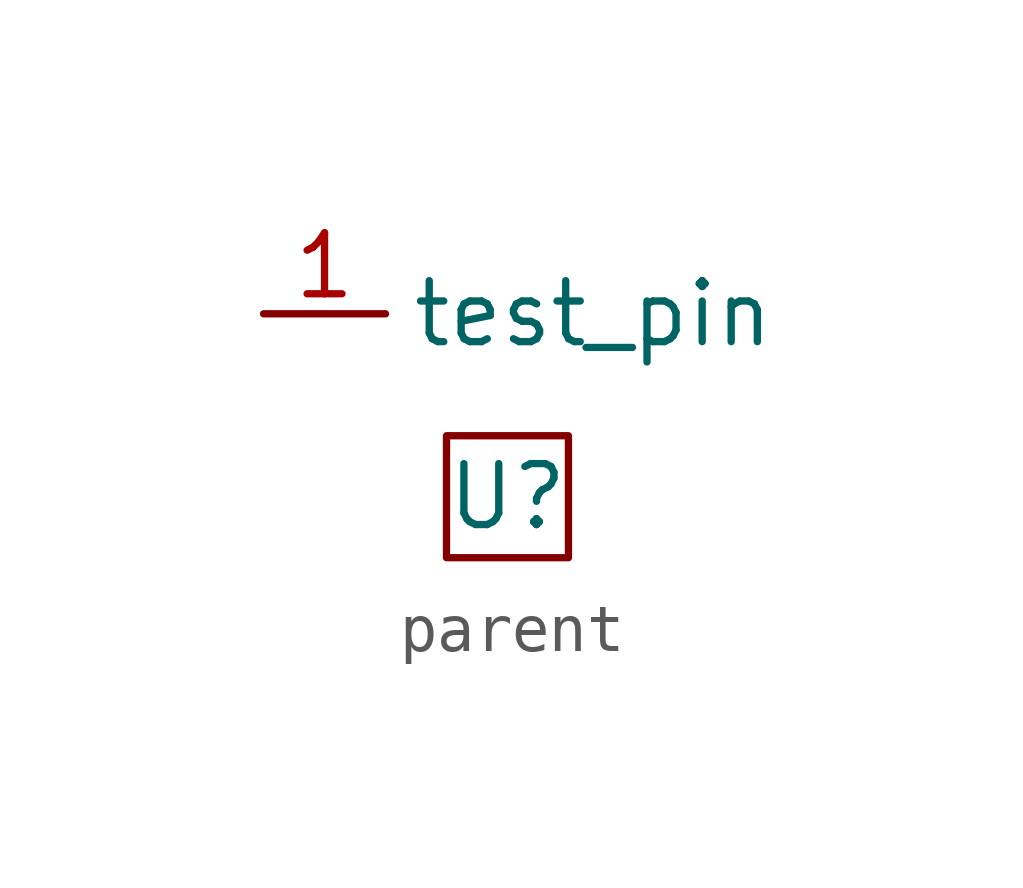
<source format=kicad_sym>
(kicad_symbol_lib
  (version 20231120)
  (generator "kicad_symbol_editor")
  (generator_version "8.0")
  (symbol "parent"
    (property "Reference" "U"
      (at 0 0 0)
      (effects (font (size 1.27 1.27))))
    (property "Value" ""
      (at 0 0 0)
      (effects (font (size 1.27 1.27))))
    (symbol "parent_0_1"
      (rectangle (start -1.27 1.27) (end 1.27 -1.27) (stroke (width 0) (type default)) (fill (type none))))
    (symbol "parent_1_1"
      (pin input line (at -5.08 3.81 0) (length 2.54) (name "test_pin" (effects (font (size 1.27 1.27)))) (number "1" (effects (font (size 1.27 1.27))))))))
</source>
